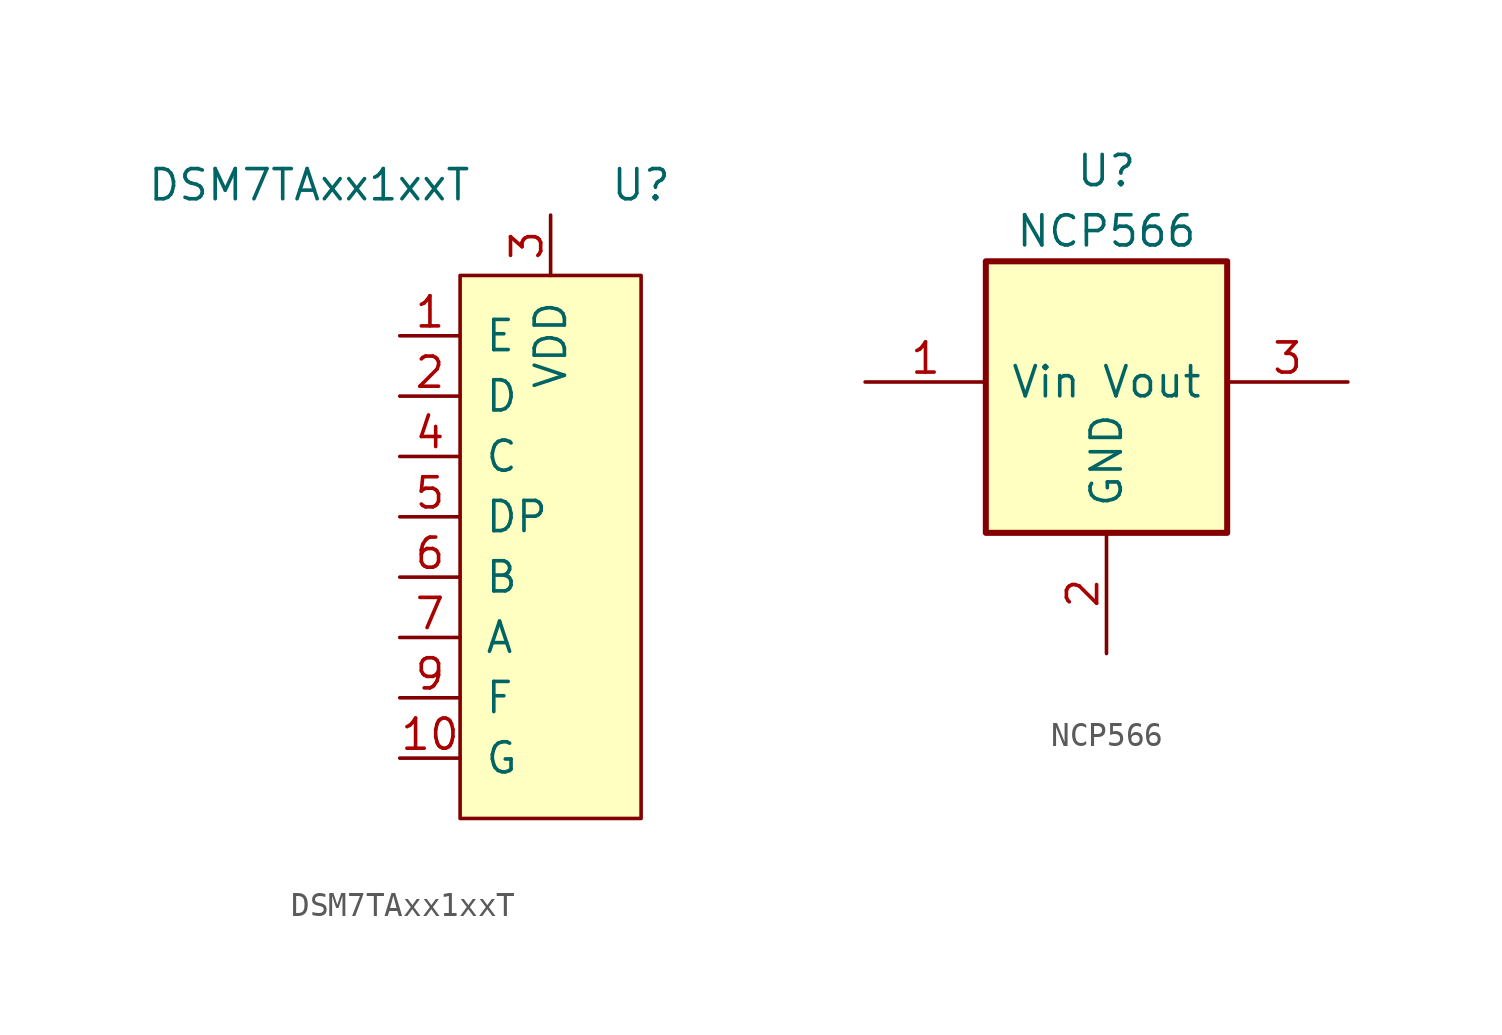
<source format=kicad_sym>
(kicad_symbol_lib
  (version 20211014)
  (generator kicad_symbol_editor)
  (symbol "DSM7TAxx1xxT"
    (pin_names
      (offset 1.016))
    (property "Reference" "U"
      (at 3.81 10.16 0)
      (effects (font (size 1.27 1.27))))
    (property "Value" "DSM7TAxx1xxT"
      (at -10.16 10.16 0)
      (effects (font (size 1.27 1.27))))
    (symbol "DSM7TAxx1xxT_0_1"
      (rectangle (start -3.81 6.35) (end 3.81 -16.51) (stroke (width 0) (type default) (color 0 0 0 0)) (fill (type background))))
    (symbol "DSM7TAxx1xxT_1_1"
      (pin power_in line (at -6.35 3.81 0) (length 2.54) (name "E" (effects (font (size 1.27 1.27)))) (number "1" (effects (font (size 1.27 1.27)))))
      (pin power_in line (at -6.35 -13.97 0) (length 2.54) (name "G" (effects (font (size 1.27 1.27)))) (number "10" (effects (font (size 1.27 1.27)))))
      (pin power_in line (at -6.35 1.27 0) (length 2.54) (name "D" (effects (font (size 1.27 1.27)))) (number "2" (effects (font (size 1.27 1.27)))))
      (pin power_in line (at 0 8.89 270) (length 2.54) (name "VDD" (effects (font (size 1.27 1.27)))) (number "3" (effects (font (size 1.27 1.27)))))
      (pin power_in line (at -6.35 -1.27 0) (length 2.54) (name "C" (effects (font (size 1.27 1.27)))) (number "4" (effects (font (size 1.27 1.27)))))
      (pin power_in line (at -6.35 -3.81 0) (length 2.54) (name "DP" (effects (font (size 1.27 1.27)))) (number "5" (effects (font (size 1.27 1.27)))))
      (pin power_in line (at -6.35 -6.35 0) (length 2.54) (name "B" (effects (font (size 1.27 1.27)))) (number "6" (effects (font (size 1.27 1.27)))))
      (pin power_in line (at -6.35 -8.89 0) (length 2.54) (name "A" (effects (font (size 1.27 1.27)))) (number "7" (effects (font (size 1.27 1.27)))))
      (pin passive line (at 0 8.89 270) (length 2.54) hide (name "VDD" (effects (font (size 1.27 1.27)))) (number "8" (effects (font (size 1.27 1.27)))))
      (pin power_in line (at -6.35 -11.43 0) (length 2.54) (name "F" (effects (font (size 1.27 1.27)))) (number "9" (effects (font (size 1.27 1.27)))))))
  (symbol "NCP566"
    (pin_names
      (offset 1.016))
    (property "Reference" "U"
      (at 0 8.89 0)
      (effects (font (size 1.27 1.27))))
    (property "Value" "NCP566"
      (at 0 6.35 0)
      (effects (font (size 1.27 1.27))))
    (symbol "NCP566_0_1"
      (rectangle (start -5.08 -6.35) (end 5.08 5.08) (stroke (width 0.254) (type default) (color 0 0 0 0)) (fill (type background))))
    (symbol "NCP566_1_1"
      (pin input line (at -10.16 0 0) (length 5.08) (name "Vin" (effects (font (size 1.27 1.27)))) (number "1" (effects (font (size 1.27 1.27)))))
      (pin power_in line (at 0 -11.43 90) (length 5.08) (name "GND" (effects (font (size 1.27 1.27)))) (number "2" (effects (font (size 1.27 1.27)))))
      (pin output line (at 10.16 0 180) (length 5.08) (name "Vout" (effects (font (size 1.27 1.27)))) (number "3" (effects (font (size 1.27 1.27)))))
      (pin passive line (at 0 -11.43 90) (length 5.08) hide (name "GND" (effects (font (size 1.27 1.27)))) (number "4" (effects (font (size 1.27 1.27))))))))
</source>
